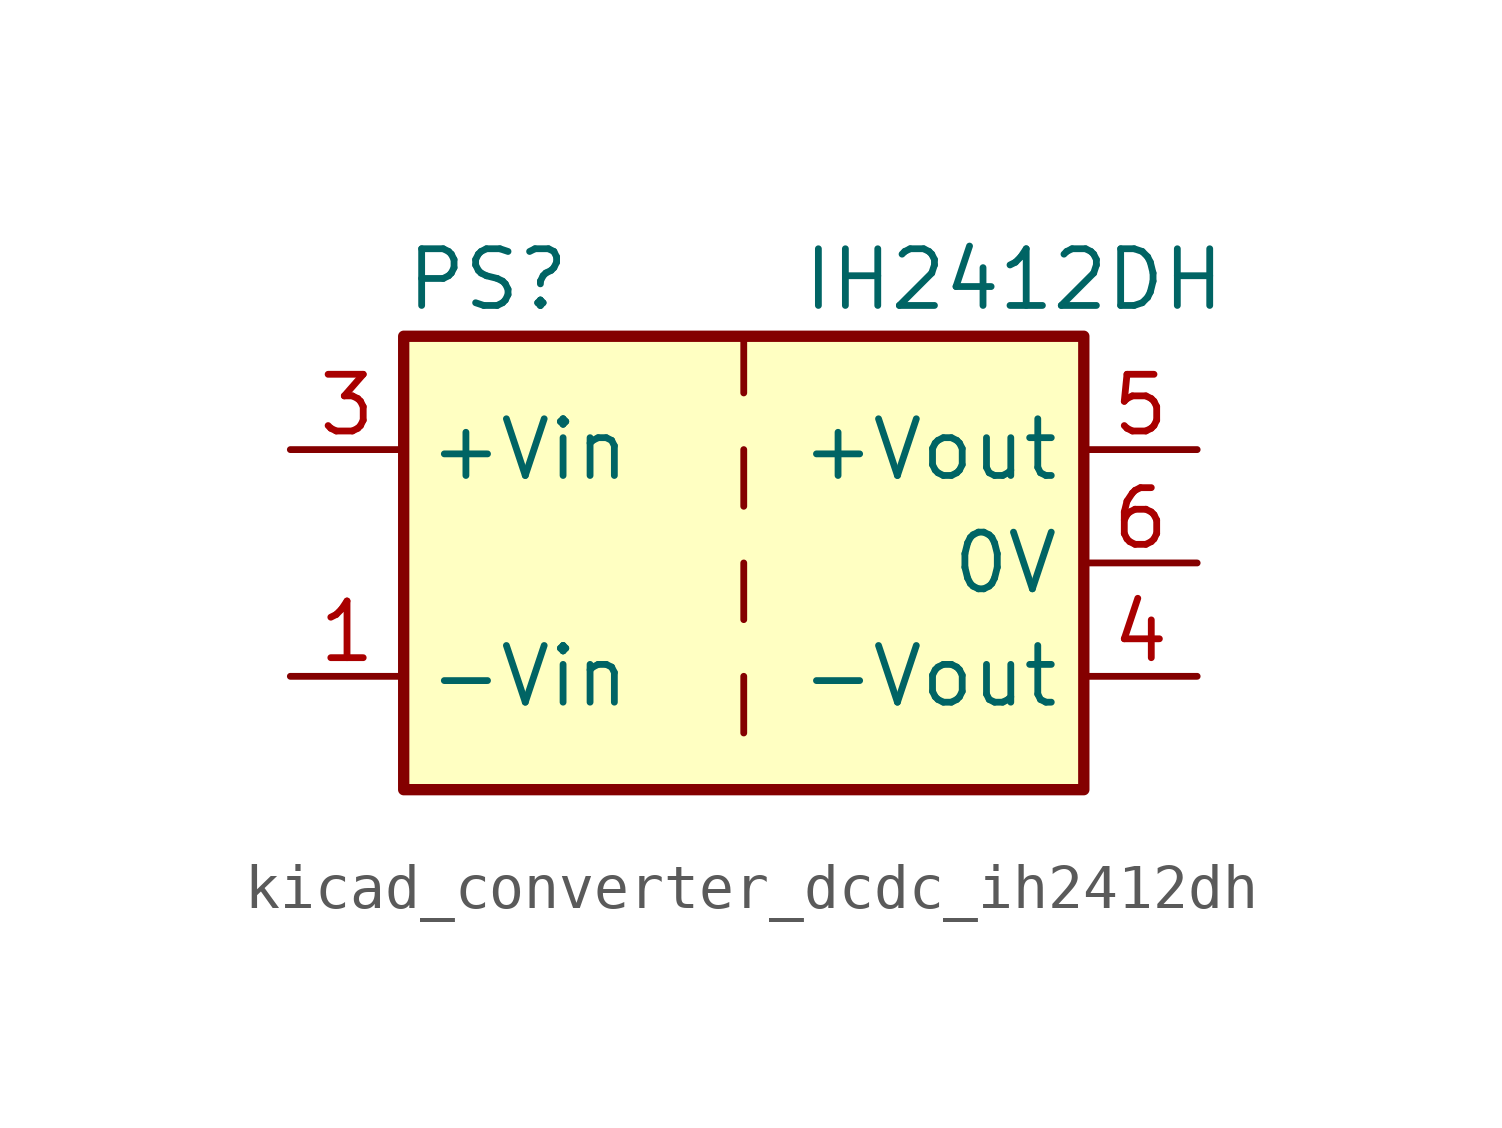
<source format=kicad_sym>
(kicad_symbol_lib
  (version 20220914)
  (generator kicad_symbol_editor)
  (symbol "kicad_converter_dcdc_ih2412dh"
    (property "Reference" "PS"
      (at -7.62 6.35 0)
      (effects (font (size 1.27 1.27)) (justify left)))
    (property "Value" "IH2412DH"
      (at 1.27 6.35 0)
      (effects (font (size 1.27 1.27)) (justify left)))
    (symbol "kicad_converter_dcdc_ih2412dh_0_0"
      (pin power_in line (at -10.16 -2.54 0) (length 2.54) (name "-Vin" (effects (font (size 1.27 1.27)))) (number "1" (effects (font (size 1.27 1.27)))))
      (pin power_in line (at -10.16 2.54 0) (length 2.54) (name "+Vin" (effects (font (size 1.27 1.27)))) (number "3" (effects (font (size 1.27 1.27)))))
      (pin power_out line (at 10.16 -2.54 180) (length 2.54) (name "-Vout" (effects (font (size 1.27 1.27)))) (number "4" (effects (font (size 1.27 1.27)))))
      (pin power_out line (at 10.16 2.54 180) (length 2.54) (name "+Vout" (effects (font (size 1.27 1.27)))) (number "5" (effects (font (size 1.27 1.27)))))
      (pin power_out line (at 10.16 0 180) (length 2.54) (name "0V" (effects (font (size 1.27 1.27)))) (number "6" (effects (font (size 1.27 1.27))))))
    (symbol "kicad_converter_dcdc_ih2412dh_0_1"
      (rectangle (start -7.62 5.08) (end 7.62 -5.08) (stroke (width 0.254) (type default)) (fill (type background)))
      (polyline (pts (xy 0 -2.54) (xy 0 -3.81)) (stroke (width 0) (type default)) (fill (type none)))
      (polyline (pts (xy 0 0) (xy 0 -1.27)) (stroke (width 0) (type default)) (fill (type none)))
      (polyline (pts (xy 0 2.54) (xy 0 1.27)) (stroke (width 0) (type default)) (fill (type none)))
      (polyline (pts (xy 0 5.08) (xy 0 3.81)) (stroke (width 0) (type default)) (fill (type none))))
    (symbol "kicad_converter_dcdc_ih2412dh_1_1"
      (pin no_connect line (at 0 -5.08 90) (length 2.54) hide (name "NC" (effects (font (size 1.27 1.27)))) (number "2" (effects (font (size 1.27 1.27))))))))
</source>
